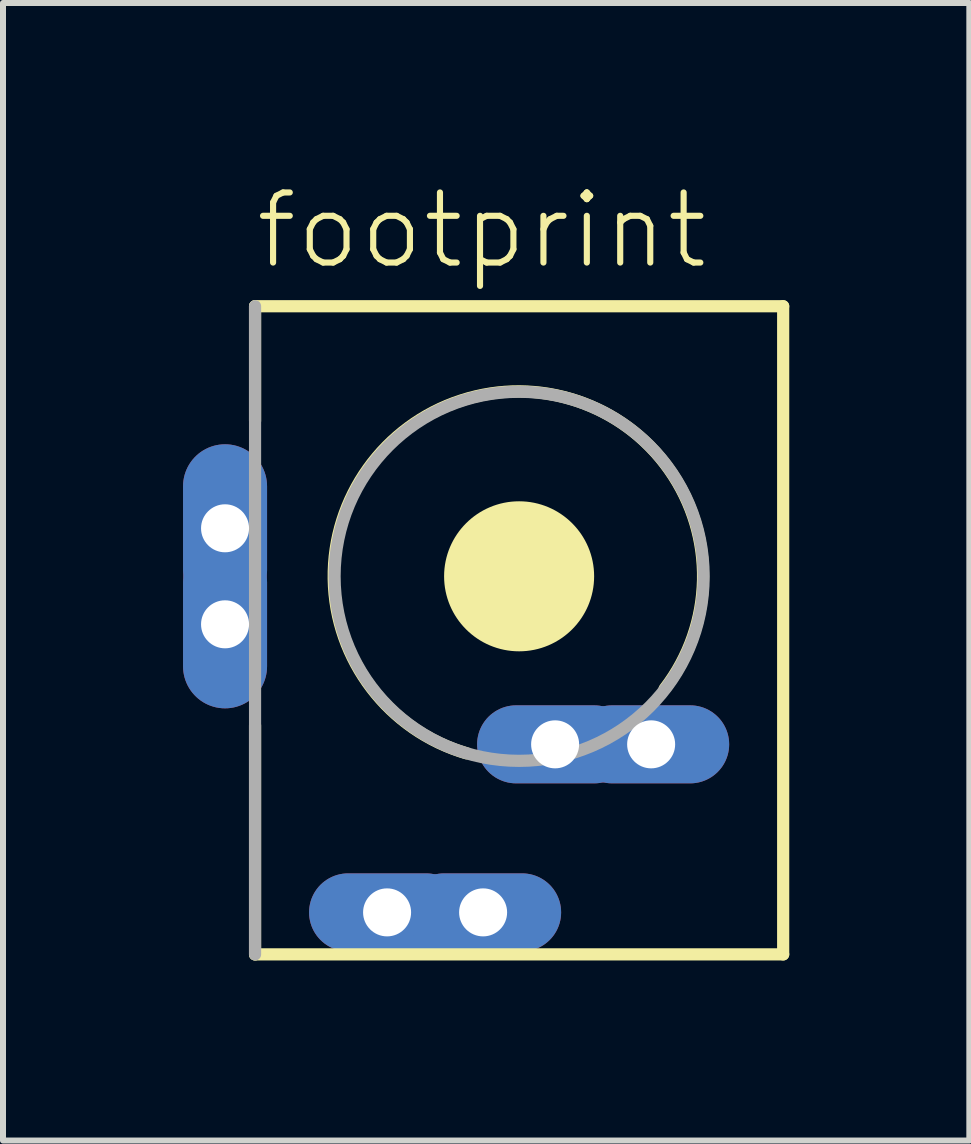
<source format=kicad_pcb>
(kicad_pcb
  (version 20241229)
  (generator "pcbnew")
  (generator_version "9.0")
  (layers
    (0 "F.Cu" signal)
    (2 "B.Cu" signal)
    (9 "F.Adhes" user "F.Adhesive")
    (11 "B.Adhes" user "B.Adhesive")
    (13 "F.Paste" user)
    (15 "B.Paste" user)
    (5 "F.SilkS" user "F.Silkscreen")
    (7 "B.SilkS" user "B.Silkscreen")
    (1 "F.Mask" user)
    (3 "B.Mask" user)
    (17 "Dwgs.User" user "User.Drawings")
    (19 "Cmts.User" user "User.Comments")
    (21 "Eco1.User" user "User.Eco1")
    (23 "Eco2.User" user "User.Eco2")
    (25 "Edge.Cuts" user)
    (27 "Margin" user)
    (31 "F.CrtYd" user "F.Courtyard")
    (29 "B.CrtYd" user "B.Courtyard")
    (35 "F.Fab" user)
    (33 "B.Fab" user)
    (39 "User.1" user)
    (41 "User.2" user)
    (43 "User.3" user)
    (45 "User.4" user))
  (footprint "footprint"
    (layer "F.Cu")
    (at 5.6 6.553)
    (property "Reference" "footprint" (at -4.445 -5.08 0) (layer "F.SilkS") (effects (font (size 1.168 1.168) (thickness 0.102)) (justify left bottom)))
    (fp_line (start -4.4 -2.59) (end -4.4 -4.5) (stroke (width 0.203) (type solid)) (layer "F.SilkS"))
    (fp_line (start -4.4 6.3) (end -4.4 2.485) (stroke (width 0.203) (type solid)) (layer "F.SilkS"))
    (fp_line (start 4.4 -4.5) (end -4.4 -4.5) (stroke (width 0.203) (type solid)) (layer "F.SilkS"))
    (fp_line (start 4.4 -4.5) (end 4.4 6.3) (stroke (width 0.203) (type solid)) (layer "F.SilkS"))
    (fp_line (start 4.4 6.3) (end -4.4 6.3) (stroke (width 0.203) (type solid)) (layer "F.SilkS"))
    (fp_arc (start -0.875 2.95) (mid -0.965445 -2.930266) (end 2.425 1.875001) (stroke (width 0.2032) (type solid)) (layer "F.SilkS"))
    (fp_circle (center 0 0) (end 0.625 0) (stroke (width 1.25) (type solid)) (fill yes) (layer "F.SilkS"))
    (fp_line (start -4.4 6.3) (end -4.4 -4.5) (stroke (width 0.203) (type solid)) (layer "F.Fab"))
    (fp_circle (center 0 0) (end 3.075 0) (stroke (width 0.203) (type solid)) (fill no) (layer "F.Fab"))
    (pad "1" thru_hole oval (at -4.9 -0.8 270) (size 2.8 1.4) (drill 0.8) (layers "*.Cu" "*.Mask"))
    (pad "1@1" thru_hole oval (at -4.9 0.8 270) (size 2.8 1.4) (drill 0.8) (layers "*.Cu" "*.Mask"))
    (pad "2" thru_hole oval (at -2.2 5.6 180) (size 2.6 1.3) (drill 0.8) (layers "*.Cu" "*.Mask"))
    (pad "2@1" thru_hole oval (at -0.6 5.6 180) (size 2.6 1.3) (drill 0.8) (layers "*.Cu" "*.Mask"))
    (pad "3" thru_hole oval (at 0.6 2.8 180) (size 2.6 1.3) (drill 0.8) (layers "*.Cu" "*.Mask"))
    (pad "3@1" thru_hole oval (at 2.2 2.8 180) (size 2.6 1.3) (drill 0.8) (layers "*.Cu" "*.Mask")))
  (gr_rect
    (start -3 -3)
    (end 13.102 15.955)
    (stroke (width 0.1) (type default))
    (fill no)
    (layer "Edge.Cuts")))
</source>
